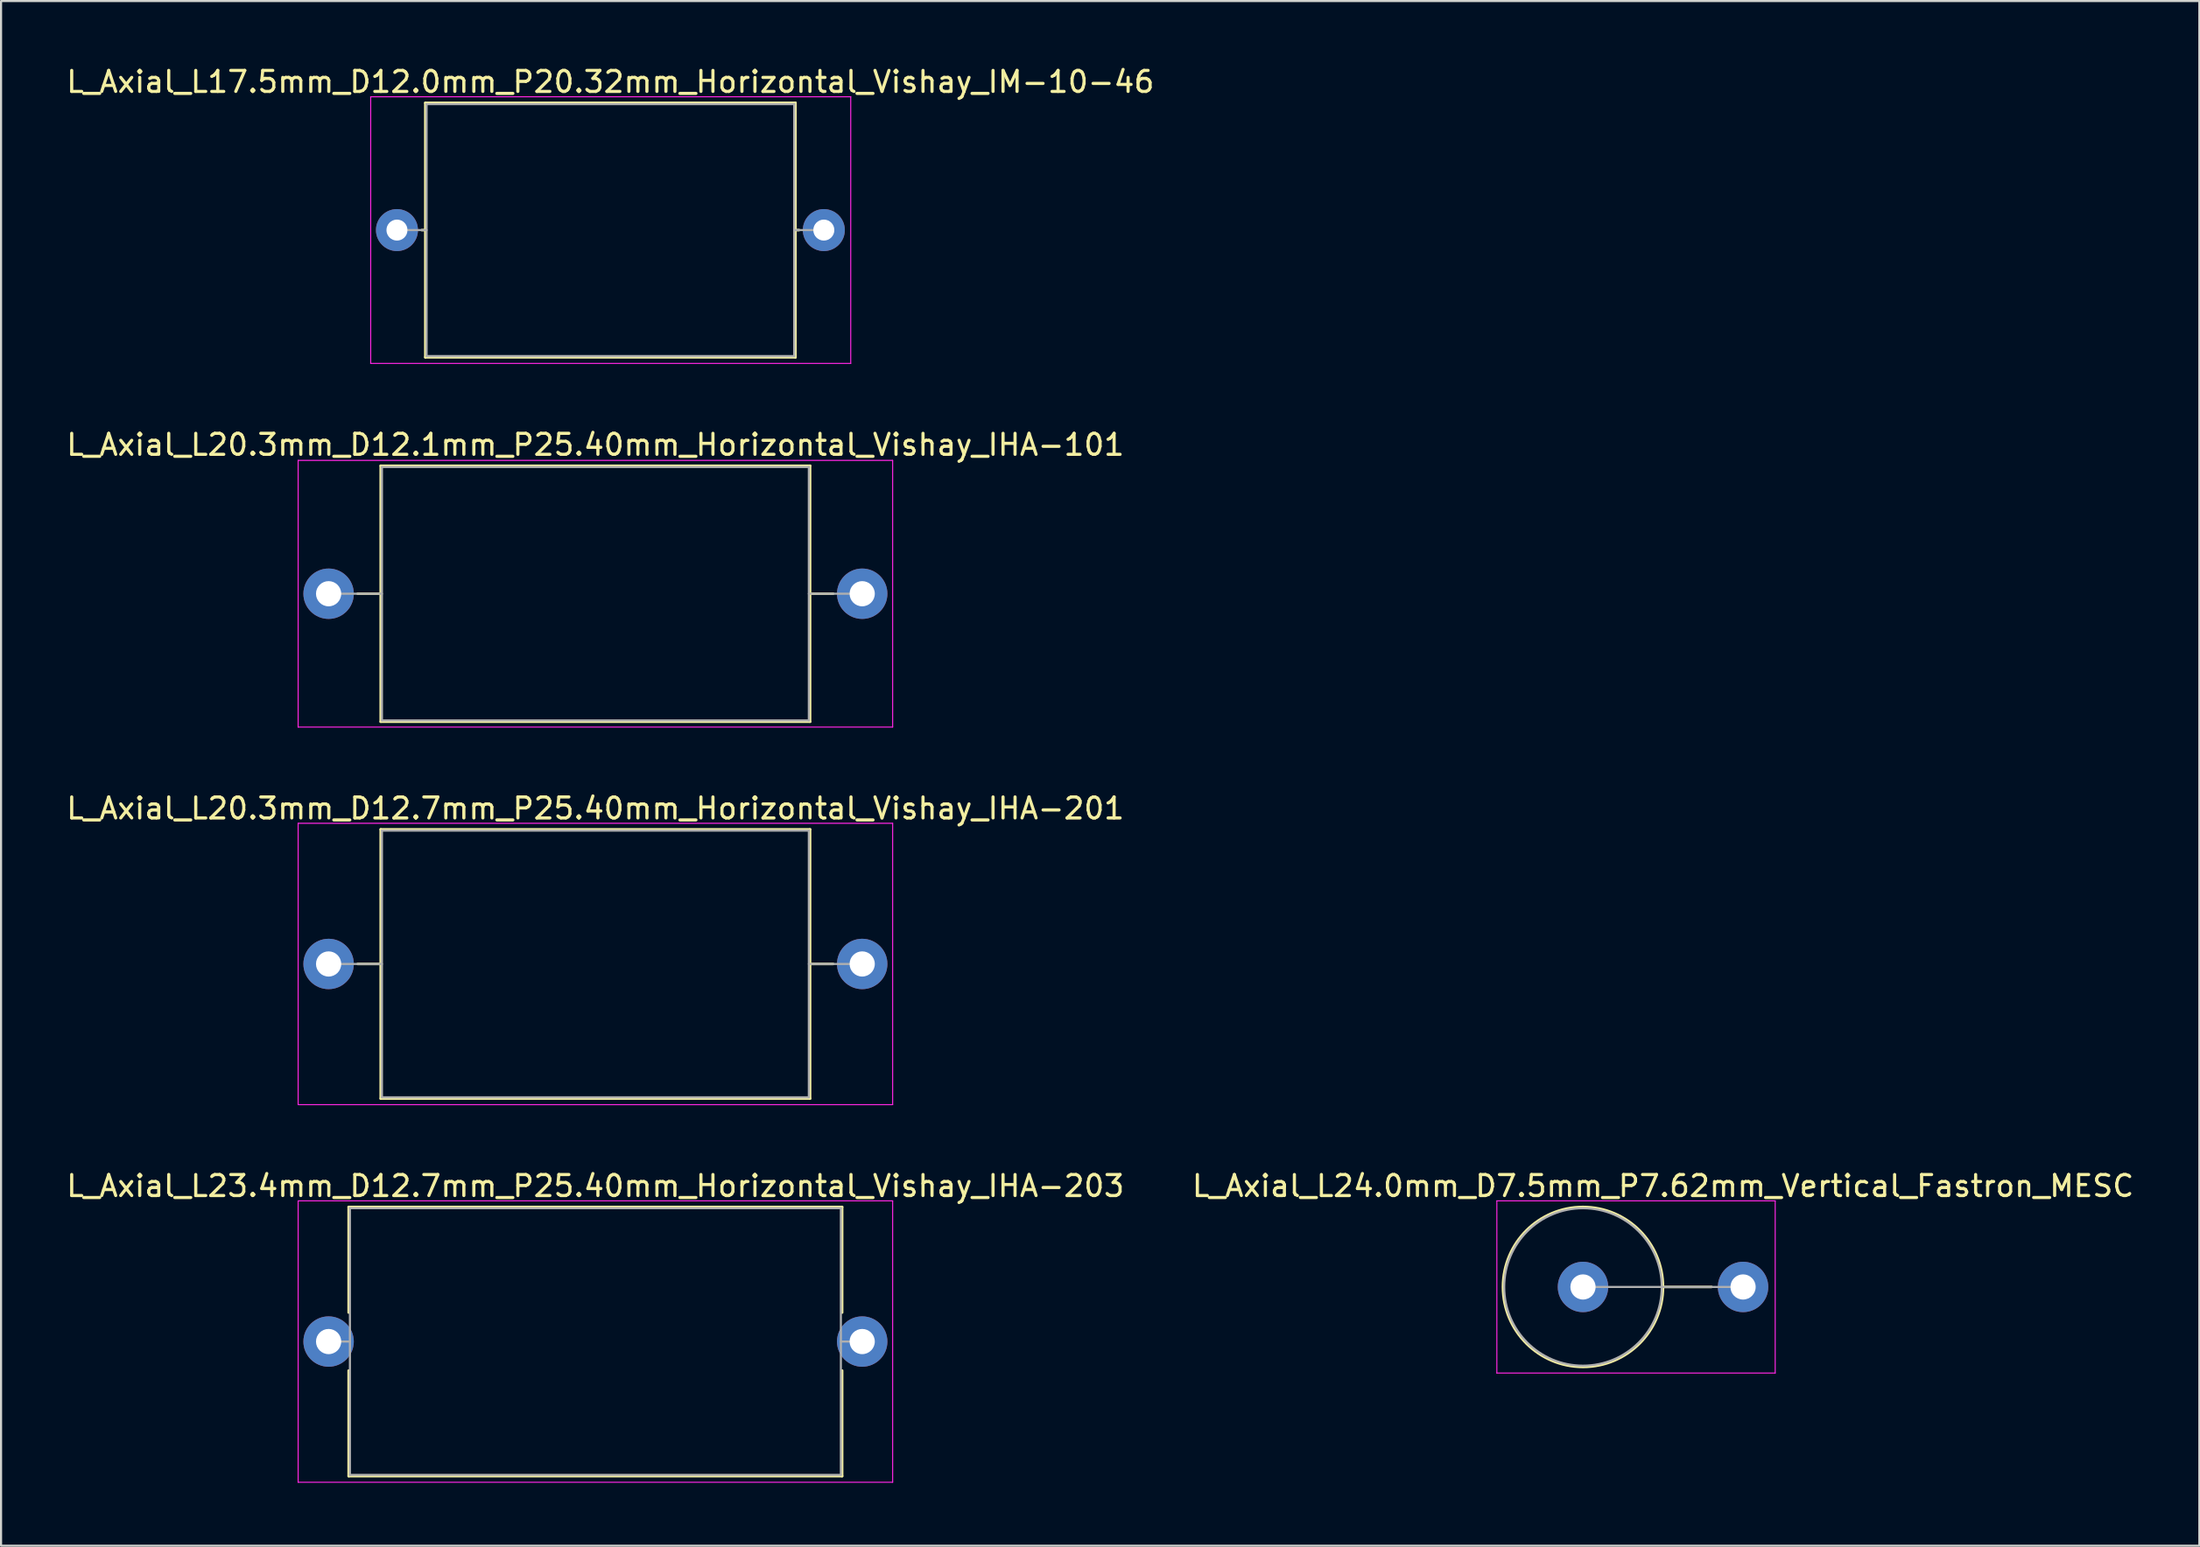
<source format=kicad_pcb>
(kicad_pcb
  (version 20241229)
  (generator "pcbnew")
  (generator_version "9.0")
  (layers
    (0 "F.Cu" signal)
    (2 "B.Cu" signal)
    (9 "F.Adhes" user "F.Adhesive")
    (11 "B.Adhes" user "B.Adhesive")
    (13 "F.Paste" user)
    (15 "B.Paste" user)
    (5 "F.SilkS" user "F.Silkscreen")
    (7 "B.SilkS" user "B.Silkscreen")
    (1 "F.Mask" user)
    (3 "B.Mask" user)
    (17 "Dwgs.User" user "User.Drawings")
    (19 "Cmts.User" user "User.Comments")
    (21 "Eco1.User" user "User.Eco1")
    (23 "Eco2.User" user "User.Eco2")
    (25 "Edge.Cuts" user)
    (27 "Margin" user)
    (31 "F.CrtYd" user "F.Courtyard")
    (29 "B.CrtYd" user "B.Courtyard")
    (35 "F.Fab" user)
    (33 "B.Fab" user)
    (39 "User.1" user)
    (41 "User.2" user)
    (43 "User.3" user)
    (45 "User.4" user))
  (footprint "L_Axial_L20.3mm_D12.1mm_P25.40mm_Horizontal_Vishay_IHA-101"
    (layer "F.Cu")
    (at 12.592 25.227)
    (property "Reference" "L_Axial_L20.3mm_D12.1mm_P25.40mm_Horizontal_Vishay_IHA-101" (at 12.7 -7.095 0) (layer "F.SilkS") (effects (font (size 1 1) (thickness 0.15))))
    (attr through_hole)
    (fp_line (start 1.38 0) (end 2.48 0) (stroke (width 0.12) (type solid)) (layer "F.SilkS"))
    (fp_line (start 2.48 -6.095) (end 2.48 6.095) (stroke (width 0.12) (type solid)) (layer "F.SilkS"))
    (fp_line (start 2.48 6.095) (end 22.92 6.095) (stroke (width 0.12) (type solid)) (layer "F.SilkS"))
    (fp_line (start 22.92 -6.095) (end 2.48 -6.095) (stroke (width 0.12) (type solid)) (layer "F.SilkS"))
    (fp_line (start 22.92 6.095) (end 22.92 -6.095) (stroke (width 0.12) (type solid)) (layer "F.SilkS"))
    (fp_line (start 24.02 0) (end 22.92 0) (stroke (width 0.12) (type solid)) (layer "F.SilkS"))
    (fp_line (start -1.45 -6.35) (end -1.45 6.35) (stroke (width 0.05) (type solid)) (layer "F.CrtYd"))
    (fp_line (start -1.45 6.35) (end 26.85 6.35) (stroke (width 0.05) (type solid)) (layer "F.CrtYd"))
    (fp_line (start 26.85 -6.35) (end -1.45 -6.35) (stroke (width 0.05) (type solid)) (layer "F.CrtYd"))
    (fp_line (start 26.85 6.35) (end 26.85 -6.35) (stroke (width 0.05) (type solid)) (layer "F.CrtYd"))
    (fp_line (start 0 0) (end 2.54 0) (stroke (width 0.1) (type solid)) (layer "F.Fab"))
    (fp_line (start 2.54 -6.035) (end 2.54 6.035) (stroke (width 0.1) (type solid)) (layer "F.Fab"))
    (fp_line (start 2.54 6.035) (end 22.86 6.035) (stroke (width 0.1) (type solid)) (layer "F.Fab"))
    (fp_line (start 22.86 -6.035) (end 2.54 -6.035) (stroke (width 0.1) (type solid)) (layer "F.Fab"))
    (fp_line (start 22.86 6.035) (end 22.86 -6.035) (stroke (width 0.1) (type solid)) (layer "F.Fab"))
    (fp_line (start 25.4 0) (end 22.86 0) (stroke (width 0.1) (type solid)) (layer "F.Fab"))
    (pad "1" thru_hole circle (at 0 0) (size 2.4 2.4) (drill 1.2) (layers "*.Cu" "*.Mask"))
    (pad "2" thru_hole oval (at 25.4 0) (size 2.4 2.4) (drill 1.2) (layers "*.Cu" "*.Mask")))
  (footprint "L_Axial_L24.0mm_D7.5mm_P7.62mm_Vertical_Fastron_MESC"
    (layer "F.Cu")
    (at 72.303 58.243)
    (property "Reference" "L_Axial_L24.0mm_D7.5mm_P7.62mm_Vertical_Fastron_MESC" (at 3.81 -4.81 0) (layer "F.SilkS") (effects (font (size 1 1) (thickness 0.15))))
    (attr through_hole)
    (fp_line (start 3.81 0) (end 6.12 0) (stroke (width 0.12) (type solid)) (layer "F.SilkS"))
    (fp_circle (center 0 0) (end 3.81 0) (stroke (width 0.12) (type solid)) (fill no) (layer "F.SilkS"))
    (fp_line (start -4.1 -4.1) (end -4.1 4.1) (stroke (width 0.05) (type solid)) (layer "F.CrtYd"))
    (fp_line (start -4.1 4.1) (end 9.15 4.1) (stroke (width 0.05) (type solid)) (layer "F.CrtYd"))
    (fp_line (start 9.15 -4.1) (end -4.1 -4.1) (stroke (width 0.05) (type solid)) (layer "F.CrtYd"))
    (fp_line (start 9.15 4.1) (end 9.15 -4.1) (stroke (width 0.05) (type solid)) (layer "F.CrtYd"))
    (fp_line (start 0 0) (end 7.62 0) (stroke (width 0.1) (type solid)) (layer "F.Fab"))
    (fp_circle (center 0 0) (end 3.75 0) (stroke (width 0.1) (type solid)) (fill no) (layer "F.Fab"))
    (pad "1" thru_hole circle (at 0 0) (size 2.4 2.4) (drill 1.2) (layers "*.Cu" "*.Mask"))
    (pad "2" thru_hole oval (at 7.62 0) (size 2.4 2.4) (drill 1.2) (layers "*.Cu" "*.Mask")))
  (footprint "L_Axial_L20.3mm_D12.7mm_P25.40mm_Horizontal_Vishay_IHA-201"
    (layer "F.Cu")
    (at 12.592 42.86)
    (property "Reference" "L_Axial_L20.3mm_D12.7mm_P25.40mm_Horizontal_Vishay_IHA-201" (at 12.7 -7.41 0) (layer "F.SilkS") (effects (font (size 1 1) (thickness 0.15))))
    (attr through_hole)
    (fp_line (start 1.38 0) (end 2.48 0) (stroke (width 0.12) (type solid)) (layer "F.SilkS"))
    (fp_line (start 2.48 -6.41) (end 2.48 6.41) (stroke (width 0.12) (type solid)) (layer "F.SilkS"))
    (fp_line (start 2.48 6.41) (end 22.92 6.41) (stroke (width 0.12) (type solid)) (layer "F.SilkS"))
    (fp_line (start 22.92 -6.41) (end 2.48 -6.41) (stroke (width 0.12) (type solid)) (layer "F.SilkS"))
    (fp_line (start 22.92 6.41) (end 22.92 -6.41) (stroke (width 0.12) (type solid)) (layer "F.SilkS"))
    (fp_line (start 24.02 0) (end 22.92 0) (stroke (width 0.12) (type solid)) (layer "F.SilkS"))
    (fp_line (start -1.45 -6.7) (end -1.45 6.7) (stroke (width 0.05) (type solid)) (layer "F.CrtYd"))
    (fp_line (start -1.45 6.7) (end 26.85 6.7) (stroke (width 0.05) (type solid)) (layer "F.CrtYd"))
    (fp_line (start 26.85 -6.7) (end -1.45 -6.7) (stroke (width 0.05) (type solid)) (layer "F.CrtYd"))
    (fp_line (start 26.85 6.7) (end 26.85 -6.7) (stroke (width 0.05) (type solid)) (layer "F.CrtYd"))
    (fp_line (start 0 0) (end 2.54 0) (stroke (width 0.1) (type solid)) (layer "F.Fab"))
    (fp_line (start 2.54 -6.35) (end 2.54 6.35) (stroke (width 0.1) (type solid)) (layer "F.Fab"))
    (fp_line (start 2.54 6.35) (end 22.86 6.35) (stroke (width 0.1) (type solid)) (layer "F.Fab"))
    (fp_line (start 22.86 -6.35) (end 2.54 -6.35) (stroke (width 0.1) (type solid)) (layer "F.Fab"))
    (fp_line (start 22.86 6.35) (end 22.86 -6.35) (stroke (width 0.1) (type solid)) (layer "F.Fab"))
    (fp_line (start 25.4 0) (end 22.86 0) (stroke (width 0.1) (type solid)) (layer "F.Fab"))
    (pad "1" thru_hole circle (at 0 0) (size 2.4 2.4) (drill 1.2) (layers "*.Cu" "*.Mask"))
    (pad "2" thru_hole oval (at 25.4 0) (size 2.4 2.4) (drill 1.2) (layers "*.Cu" "*.Mask")))
  (footprint "L_Axial_L17.5mm_D12.0mm_P20.32mm_Horizontal_Vishay_IM-10-46"
    (layer "F.Cu")
    (at 15.846 7.908)
    (property "Reference" "L_Axial_L17.5mm_D12.0mm_P20.32mm_Horizontal_Vishay_IM-10-46" (at 10.16 -7.06 0) (layer "F.SilkS") (effects (font (size 1 1) (thickness 0.15))))
    (attr through_hole)
    (fp_line (start 1.18 0) (end 1.35 0) (stroke (width 0.12) (type solid)) (layer "F.SilkS"))
    (fp_line (start 1.35 -6.06) (end 1.35 6.06) (stroke (width 0.12) (type solid)) (layer "F.SilkS"))
    (fp_line (start 1.35 6.06) (end 18.97 6.06) (stroke (width 0.12) (type solid)) (layer "F.SilkS"))
    (fp_line (start 18.97 -6.06) (end 1.35 -6.06) (stroke (width 0.12) (type solid)) (layer "F.SilkS"))
    (fp_line (start 18.97 6.06) (end 18.97 -6.06) (stroke (width 0.12) (type solid)) (layer "F.SilkS"))
    (fp_line (start 19.14 0) (end 18.97 0) (stroke (width 0.12) (type solid)) (layer "F.SilkS"))
    (fp_line (start -1.25 -6.35) (end -1.25 6.35) (stroke (width 0.05) (type solid)) (layer "F.CrtYd"))
    (fp_line (start -1.25 6.35) (end 21.6 6.35) (stroke (width 0.05) (type solid)) (layer "F.CrtYd"))
    (fp_line (start 21.6 -6.35) (end -1.25 -6.35) (stroke (width 0.05) (type solid)) (layer "F.CrtYd"))
    (fp_line (start 21.6 6.35) (end 21.6 -6.35) (stroke (width 0.05) (type solid)) (layer "F.CrtYd"))
    (fp_line (start 0 0) (end 1.41 0) (stroke (width 0.1) (type solid)) (layer "F.Fab"))
    (fp_line (start 1.41 -6) (end 1.41 6) (stroke (width 0.1) (type solid)) (layer "F.Fab"))
    (fp_line (start 1.41 6) (end 18.91 6) (stroke (width 0.1) (type solid)) (layer "F.Fab"))
    (fp_line (start 18.91 -6) (end 1.41 -6) (stroke (width 0.1) (type solid)) (layer "F.Fab"))
    (fp_line (start 18.91 6) (end 18.91 -6) (stroke (width 0.1) (type solid)) (layer "F.Fab"))
    (fp_line (start 20.32 0) (end 18.91 0) (stroke (width 0.1) (type solid)) (layer "F.Fab"))
    (pad "1" thru_hole circle (at 0 0) (size 2 2) (drill 1) (layers "*.Cu" "*.Mask"))
    (pad "2" thru_hole oval (at 20.32 0) (size 2 2) (drill 1) (layers "*.Cu" "*.Mask")))
  (footprint "L_Axial_L23.4mm_D12.7mm_P25.40mm_Horizontal_Vishay_IHA-203"
    (layer "F.Cu")
    (at 12.592 60.843)
    (property "Reference" "L_Axial_L23.4mm_D12.7mm_P25.40mm_Horizontal_Vishay_IHA-203" (at 12.7 -7.41 0) (layer "F.SilkS") (effects (font (size 1 1) (thickness 0.15))))
    (attr through_hole)
    (fp_line (start 0.955 -6.41) (end 24.445 -6.41) (stroke (width 0.12) (type solid)) (layer "F.SilkS"))
    (fp_line (start 0.955 -1.38) (end 0.955 -6.41) (stroke (width 0.12) (type solid)) (layer "F.SilkS"))
    (fp_line (start 0.955 1.38) (end 0.955 6.41) (stroke (width 0.12) (type solid)) (layer "F.SilkS"))
    (fp_line (start 0.955 6.41) (end 24.445 6.41) (stroke (width 0.12) (type solid)) (layer "F.SilkS"))
    (fp_line (start 24.445 -6.41) (end 24.445 -1.38) (stroke (width 0.12) (type solid)) (layer "F.SilkS"))
    (fp_line (start 24.445 6.41) (end 24.445 1.38) (stroke (width 0.12) (type solid)) (layer "F.SilkS"))
    (fp_line (start -1.45 -6.7) (end -1.45 6.7) (stroke (width 0.05) (type solid)) (layer "F.CrtYd"))
    (fp_line (start -1.45 6.7) (end 26.85 6.7) (stroke (width 0.05) (type solid)) (layer "F.CrtYd"))
    (fp_line (start 26.85 -6.7) (end -1.45 -6.7) (stroke (width 0.05) (type solid)) (layer "F.CrtYd"))
    (fp_line (start 26.85 6.7) (end 26.85 -6.7) (stroke (width 0.05) (type solid)) (layer "F.CrtYd"))
    (fp_line (start 0 0) (end 1.015 0) (stroke (width 0.1) (type solid)) (layer "F.Fab"))
    (fp_line (start 1.015 -6.35) (end 1.015 6.35) (stroke (width 0.1) (type solid)) (layer "F.Fab"))
    (fp_line (start 1.015 6.35) (end 24.385 6.35) (stroke (width 0.1) (type solid)) (layer "F.Fab"))
    (fp_line (start 24.385 -6.35) (end 1.015 -6.35) (stroke (width 0.1) (type solid)) (layer "F.Fab"))
    (fp_line (start 24.385 6.35) (end 24.385 -6.35) (stroke (width 0.1) (type solid)) (layer "F.Fab"))
    (fp_line (start 25.4 0) (end 24.385 0) (stroke (width 0.1) (type solid)) (layer "F.Fab"))
    (pad "1" thru_hole circle (at 0 0) (size 2.4 2.4) (drill 1.2) (layers "*.Cu" "*.Mask"))
    (pad "2" thru_hole oval (at 25.4 0) (size 2.4 2.4) (drill 1.2) (layers "*.Cu" "*.Mask")))
  (gr_rect
    (start -3 -3)
    (end 101.643 70.568)
    (stroke (width 0.1) (type default))
    (fill no)
    (layer "Edge.Cuts")))
</source>
